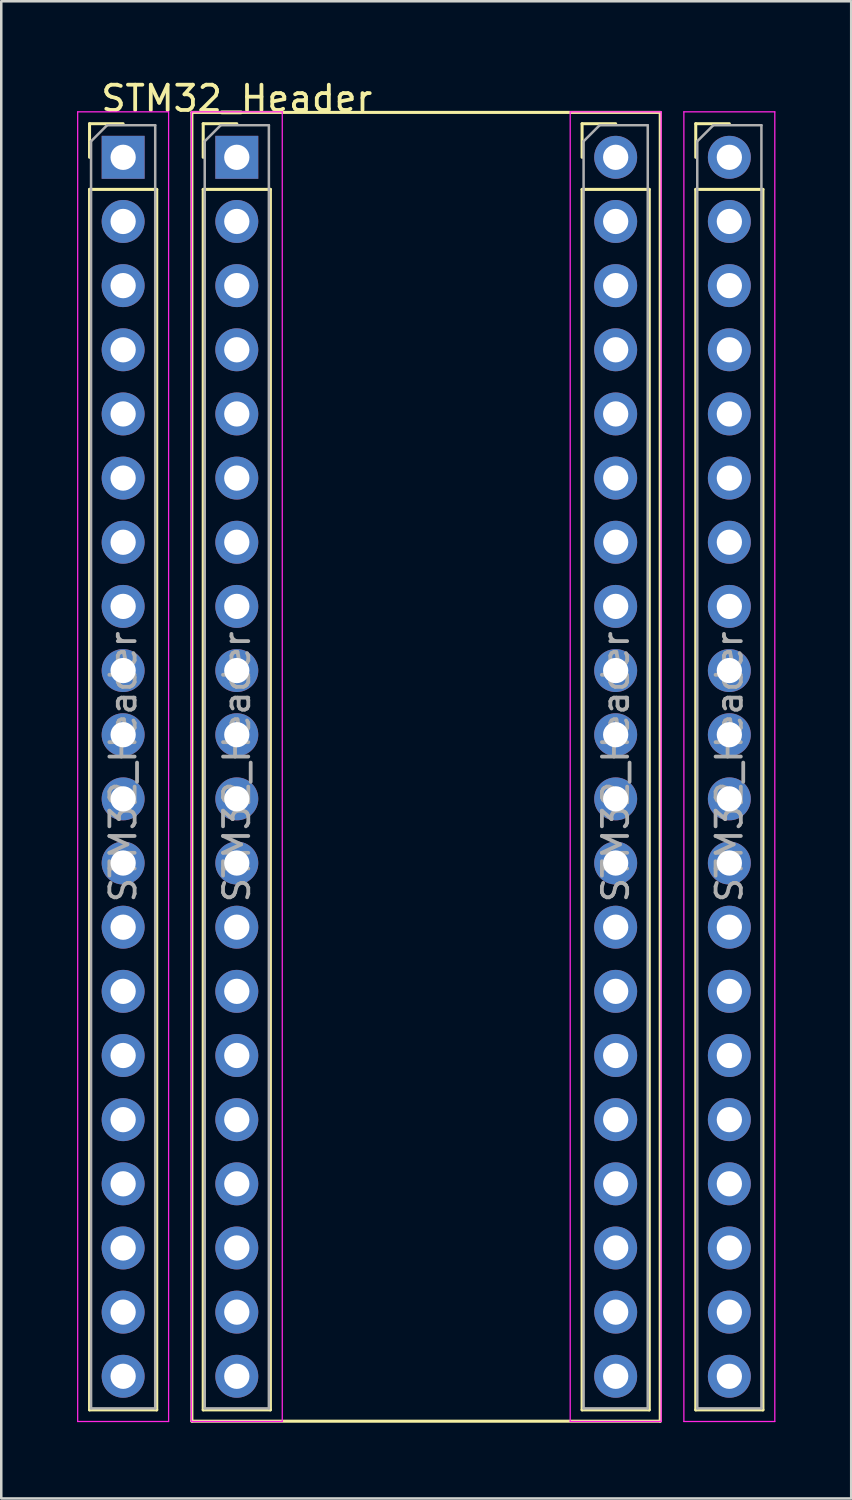
<source format=kicad_pcb>
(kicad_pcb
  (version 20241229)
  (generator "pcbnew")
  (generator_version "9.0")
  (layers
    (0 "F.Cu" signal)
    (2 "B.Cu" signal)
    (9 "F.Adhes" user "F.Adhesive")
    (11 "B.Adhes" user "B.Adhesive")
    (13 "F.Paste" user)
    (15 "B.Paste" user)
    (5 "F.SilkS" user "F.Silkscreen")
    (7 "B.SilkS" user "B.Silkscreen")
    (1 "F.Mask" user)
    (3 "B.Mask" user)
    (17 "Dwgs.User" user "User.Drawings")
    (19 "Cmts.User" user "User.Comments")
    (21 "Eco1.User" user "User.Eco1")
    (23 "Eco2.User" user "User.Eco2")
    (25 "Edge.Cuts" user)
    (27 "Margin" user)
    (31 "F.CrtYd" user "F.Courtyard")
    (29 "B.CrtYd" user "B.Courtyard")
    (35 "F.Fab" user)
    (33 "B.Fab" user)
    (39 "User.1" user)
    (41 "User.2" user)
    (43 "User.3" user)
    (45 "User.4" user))
  (footprint "STM32_Header"
    (layer "F.Cu")
    (at 6.325 3.178)
    (property "Reference" "STM32_Header" (at 0 -2.33 0) (layer "F.SilkS") (effects (font (size 1 1) (thickness 0.15))))
    (attr through_hole)
    (fp_line (start -5.83 -1.33) (end -4.5 -1.33) (stroke (width 0.12) (type solid)) (layer "F.SilkS"))
    (fp_line (start -5.83 0) (end -5.83 -1.33) (stroke (width 0.12) (type solid)) (layer "F.SilkS"))
    (fp_line (start -5.83 1.27) (end -5.83 49.59) (stroke (width 0.12) (type solid)) (layer "F.SilkS"))
    (fp_line (start -5.83 1.27) (end -3.17 1.27) (stroke (width 0.12) (type solid)) (layer "F.SilkS"))
    (fp_line (start -5.83 49.59) (end -3.17 49.59) (stroke (width 0.12) (type solid)) (layer "F.SilkS"))
    (fp_line (start -3.17 1.27) (end -3.17 49.59) (stroke (width 0.12) (type solid)) (layer "F.SilkS"))
    (fp_line (start -1.778 -1.778) (end 16.764 -1.778) (stroke (width 0.12) (type solid)) (layer "F.SilkS"))
    (fp_line (start -1.778 50.038) (end -1.778 -1.778) (stroke (width 0.12) (type solid)) (layer "F.SilkS"))
    (fp_line (start -1.33 -1.33) (end 0 -1.33) (stroke (width 0.12) (type solid)) (layer "F.SilkS"))
    (fp_line (start -1.33 0) (end -1.33 -1.33) (stroke (width 0.12) (type solid)) (layer "F.SilkS"))
    (fp_line (start -1.33 1.27) (end -1.33 49.59) (stroke (width 0.12) (type solid)) (layer "F.SilkS"))
    (fp_line (start -1.33 1.27) (end 1.33 1.27) (stroke (width 0.12) (type solid)) (layer "F.SilkS"))
    (fp_line (start -1.33 49.59) (end 1.33 49.59) (stroke (width 0.12) (type solid)) (layer "F.SilkS"))
    (fp_line (start 1.33 1.27) (end 1.33 49.59) (stroke (width 0.12) (type solid)) (layer "F.SilkS"))
    (fp_line (start 13.67 -1.33) (end 15 -1.33) (stroke (width 0.12) (type solid)) (layer "F.SilkS"))
    (fp_line (start 13.67 0) (end 13.67 -1.33) (stroke (width 0.12) (type solid)) (layer "F.SilkS"))
    (fp_line (start 13.67 1.27) (end 13.67 49.59) (stroke (width 0.12) (type solid)) (layer "F.SilkS"))
    (fp_line (start 13.67 1.27) (end 16.33 1.27) (stroke (width 0.12) (type solid)) (layer "F.SilkS"))
    (fp_line (start 13.67 49.59) (end 16.33 49.59) (stroke (width 0.12) (type solid)) (layer "F.SilkS"))
    (fp_line (start 16.33 1.27) (end 16.33 49.59) (stroke (width 0.12) (type solid)) (layer "F.SilkS"))
    (fp_line (start 16.764 -1.778) (end 16.764 50.038) (stroke (width 0.12) (type solid)) (layer "F.SilkS"))
    (fp_line (start 16.764 50.038) (end -1.778 50.038) (stroke (width 0.12) (type solid)) (layer "F.SilkS"))
    (fp_line (start 18.17 -1.33) (end 19.5 -1.33) (stroke (width 0.12) (type solid)) (layer "F.SilkS"))
    (fp_line (start 18.17 0) (end 18.17 -1.33) (stroke (width 0.12) (type solid)) (layer "F.SilkS"))
    (fp_line (start 18.17 1.27) (end 18.17 49.59) (stroke (width 0.12) (type solid)) (layer "F.SilkS"))
    (fp_line (start 18.17 1.27) (end 20.83 1.27) (stroke (width 0.12) (type solid)) (layer "F.SilkS"))
    (fp_line (start 18.17 49.59) (end 20.83 49.59) (stroke (width 0.12) (type solid)) (layer "F.SilkS"))
    (fp_line (start 20.83 1.27) (end 20.83 49.59) (stroke (width 0.12) (type solid)) (layer "F.SilkS"))
    (fp_line (start -6.3 -1.8) (end -6.3 50.05) (stroke (width 0.05) (type solid)) (layer "F.CrtYd"))
    (fp_line (start -6.3 50.05) (end -2.7 50.05) (stroke (width 0.05) (type solid)) (layer "F.CrtYd"))
    (fp_line (start -2.7 -1.8) (end -6.3 -1.8) (stroke (width 0.05) (type solid)) (layer "F.CrtYd"))
    (fp_line (start -2.7 50.05) (end -2.7 -1.8) (stroke (width 0.05) (type solid)) (layer "F.CrtYd"))
    (fp_line (start -1.8 -1.8) (end -1.8 50.05) (stroke (width 0.05) (type solid)) (layer "F.CrtYd"))
    (fp_line (start -1.8 50.05) (end 1.8 50.05) (stroke (width 0.05) (type solid)) (layer "F.CrtYd"))
    (fp_line (start 1.8 -1.8) (end -1.8 -1.8) (stroke (width 0.05) (type solid)) (layer "F.CrtYd"))
    (fp_line (start 1.8 50.05) (end 1.8 -1.8) (stroke (width 0.05) (type solid)) (layer "F.CrtYd"))
    (fp_line (start 13.2 -1.8) (end 13.2 50.05) (stroke (width 0.05) (type solid)) (layer "F.CrtYd"))
    (fp_line (start 13.2 50.05) (end 16.8 50.05) (stroke (width 0.05) (type solid)) (layer "F.CrtYd"))
    (fp_line (start 16.8 -1.8) (end 13.2 -1.8) (stroke (width 0.05) (type solid)) (layer "F.CrtYd"))
    (fp_line (start 16.8 50.05) (end 16.8 -1.8) (stroke (width 0.05) (type solid)) (layer "F.CrtYd"))
    (fp_line (start 17.7 -1.8) (end 17.7 50.05) (stroke (width 0.05) (type solid)) (layer "F.CrtYd"))
    (fp_line (start 17.7 50.05) (end 21.3 50.05) (stroke (width 0.05) (type solid)) (layer "F.CrtYd"))
    (fp_line (start 21.3 -1.8) (end 17.7 -1.8) (stroke (width 0.05) (type solid)) (layer "F.CrtYd"))
    (fp_line (start 21.3 50.05) (end 21.3 -1.8) (stroke (width 0.05) (type solid)) (layer "F.CrtYd"))
    (fp_line (start -5.77 -0.635) (end -5.135 -1.27) (stroke (width 0.1) (type solid)) (layer "F.Fab"))
    (fp_line (start -5.77 49.53) (end -5.77 -0.635) (stroke (width 0.1) (type solid)) (layer "F.Fab"))
    (fp_line (start -5.135 -1.27) (end -3.23 -1.27) (stroke (width 0.1) (type solid)) (layer "F.Fab"))
    (fp_line (start -3.23 -1.27) (end -3.23 49.53) (stroke (width 0.1) (type solid)) (layer "F.Fab"))
    (fp_line (start -3.23 49.53) (end -5.77 49.53) (stroke (width 0.1) (type solid)) (layer "F.Fab"))
    (fp_line (start -1.27 -0.635) (end -0.635 -1.27) (stroke (width 0.1) (type solid)) (layer "F.Fab"))
    (fp_line (start -1.27 49.53) (end -1.27 -0.635) (stroke (width 0.1) (type solid)) (layer "F.Fab"))
    (fp_line (start -0.635 -1.27) (end 1.27 -1.27) (stroke (width 0.1) (type solid)) (layer "F.Fab"))
    (fp_line (start 1.27 -1.27) (end 1.27 49.53) (stroke (width 0.1) (type solid)) (layer "F.Fab"))
    (fp_line (start 1.27 49.53) (end -1.27 49.53) (stroke (width 0.1) (type solid)) (layer "F.Fab"))
    (fp_line (start 13.73 -0.635) (end 14.365 -1.27) (stroke (width 0.1) (type solid)) (layer "F.Fab"))
    (fp_line (start 13.73 49.53) (end 13.73 -0.635) (stroke (width 0.1) (type solid)) (layer "F.Fab"))
    (fp_line (start 14.365 -1.27) (end 16.27 -1.27) (stroke (width 0.1) (type solid)) (layer "F.Fab"))
    (fp_line (start 16.27 -1.27) (end 16.27 49.53) (stroke (width 0.1) (type solid)) (layer "F.Fab"))
    (fp_line (start 16.27 49.53) (end 13.73 49.53) (stroke (width 0.1) (type solid)) (layer "F.Fab"))
    (fp_line (start 18.23 -0.635) (end 18.865 -1.27) (stroke (width 0.1) (type solid)) (layer "F.Fab"))
    (fp_line (start 18.23 49.53) (end 18.23 -0.635) (stroke (width 0.1) (type solid)) (layer "F.Fab"))
    (fp_line (start 18.865 -1.27) (end 20.77 -1.27) (stroke (width 0.1) (type solid)) (layer "F.Fab"))
    (fp_line (start 20.77 -1.27) (end 20.77 49.53) (stroke (width 0.1) (type solid)) (layer "F.Fab"))
    (fp_line (start 20.77 49.53) (end 18.23 49.53) (stroke (width 0.1) (type solid)) (layer "F.Fab"))
    (fp_text user "${REFERENCE}" (at 15 24.13 90) (layer "F.Fab") (effects (font (size 1 1) (thickness 0.15))))
    (fp_text user "${REFERENCE}" (at 0 24.13 90) (layer "F.Fab") (effects (font (size 1 1) (thickness 0.15))))
    (fp_text user "${REFERENCE}" (at 19.5 24.13 90) (layer "F.Fab") (effects (font (size 1 1) (thickness 0.15))))
    (fp_text user "${REFERENCE}" (at -4.5 24.13 90) (layer "F.Fab") (effects (font (size 1 1) (thickness 0.15))))
    (pad "1" thru_hole rect (at -4.5 0) (size 1.7 1.7) (drill 1) (layers "*.Cu" "*.Mask"))
    (pad "1" thru_hole rect (at 0 0) (size 1.7 1.7) (drill 1) (layers "*.Cu" "*.Mask"))
    (pad "2" thru_hole oval (at -4.5 2.54) (size 1.7 1.7) (drill 1) (layers "*.Cu" "*.Mask"))
    (pad "2" thru_hole oval (at 0 2.54) (size 1.7 1.7) (drill 1) (layers "*.Cu" "*.Mask"))
    (pad "3" thru_hole oval (at -4.5 5.08) (size 1.7 1.7) (drill 1) (layers "*.Cu" "*.Mask"))
    (pad "3" thru_hole oval (at 0 5.08) (size 1.7 1.7) (drill 1) (layers "*.Cu" "*.Mask"))
    (pad "4" thru_hole oval (at -4.5 7.62) (size 1.7 1.7) (drill 1) (layers "*.Cu" "*.Mask"))
    (pad "4" thru_hole oval (at 0 7.62) (size 1.7 1.7) (drill 1) (layers "*.Cu" "*.Mask"))
    (pad "5" thru_hole oval (at -4.5 10.16) (size 1.7 1.7) (drill 1) (layers "*.Cu" "*.Mask"))
    (pad "5" thru_hole oval (at 0 10.16) (size 1.7 1.7) (drill 1) (layers "*.Cu" "*.Mask"))
    (pad "6" thru_hole oval (at -4.5 12.7) (size 1.7 1.7) (drill 1) (layers "*.Cu" "*.Mask"))
    (pad "6" thru_hole oval (at 0 12.7) (size 1.7 1.7) (drill 1) (layers "*.Cu" "*.Mask"))
    (pad "7" thru_hole oval (at -4.5 15.24) (size 1.7 1.7) (drill 1) (layers "*.Cu" "*.Mask"))
    (pad "7" thru_hole oval (at 0 15.24) (size 1.7 1.7) (drill 1) (layers "*.Cu" "*.Mask"))
    (pad "8" thru_hole oval (at -4.5 17.78) (size 1.7 1.7) (drill 1) (layers "*.Cu" "*.Mask"))
    (pad "8" thru_hole oval (at 0 17.78) (size 1.7 1.7) (drill 1) (layers "*.Cu" "*.Mask"))
    (pad "9" thru_hole oval (at -4.5 20.32) (size 1.7 1.7) (drill 1) (layers "*.Cu" "*.Mask"))
    (pad "9" thru_hole oval (at 0 20.32) (size 1.7 1.7) (drill 1) (layers "*.Cu" "*.Mask"))
    (pad "10" thru_hole oval (at -4.5 22.86) (size 1.7 1.7) (drill 1) (layers "*.Cu" "*.Mask"))
    (pad "10" thru_hole oval (at 0 22.86) (size 1.7 1.7) (drill 1) (layers "*.Cu" "*.Mask"))
    (pad "11" thru_hole oval (at -4.5 25.4) (size 1.7 1.7) (drill 1) (layers "*.Cu" "*.Mask"))
    (pad "11" thru_hole oval (at 0 25.4) (size 1.7 1.7) (drill 1) (layers "*.Cu" "*.Mask"))
    (pad "12" thru_hole oval (at -4.5 27.94) (size 1.7 1.7) (drill 1) (layers "*.Cu" "*.Mask"))
    (pad "12" thru_hole oval (at 0 27.94) (size 1.7 1.7) (drill 1) (layers "*.Cu" "*.Mask"))
    (pad "13" thru_hole oval (at -4.5 30.48) (size 1.7 1.7) (drill 1) (layers "*.Cu" "*.Mask"))
    (pad "13" thru_hole oval (at 0 30.48) (size 1.7 1.7) (drill 1) (layers "*.Cu" "*.Mask"))
    (pad "14" thru_hole oval (at -4.5 33.02) (size 1.7 1.7) (drill 1) (layers "*.Cu" "*.Mask"))
    (pad "14" thru_hole oval (at 0 33.02) (size 1.7 1.7) (drill 1) (layers "*.Cu" "*.Mask"))
    (pad "15" thru_hole oval (at -4.5 35.56) (size 1.7 1.7) (drill 1) (layers "*.Cu" "*.Mask"))
    (pad "15" thru_hole oval (at 0 35.56) (size 1.7 1.7) (drill 1) (layers "*.Cu" "*.Mask"))
    (pad "16" thru_hole oval (at -4.5 38.1) (size 1.7 1.7) (drill 1) (layers "*.Cu" "*.Mask"))
    (pad "16" thru_hole oval (at 0 38.1) (size 1.7 1.7) (drill 1) (layers "*.Cu" "*.Mask"))
    (pad "17" thru_hole oval (at -4.5 40.64) (size 1.7 1.7) (drill 1) (layers "*.Cu" "*.Mask"))
    (pad "17" thru_hole oval (at 0 40.64) (size 1.7 1.7) (drill 1) (layers "*.Cu" "*.Mask"))
    (pad "18" thru_hole oval (at -4.5 43.18) (size 1.7 1.7) (drill 1) (layers "*.Cu" "*.Mask"))
    (pad "18" thru_hole oval (at 0 43.18) (size 1.7 1.7) (drill 1) (layers "*.Cu" "*.Mask"))
    (pad "19" thru_hole oval (at -4.5 45.72) (size 1.7 1.7) (drill 1) (layers "*.Cu" "*.Mask"))
    (pad "19" thru_hole oval (at 0 45.72) (size 1.7 1.7) (drill 1) (layers "*.Cu" "*.Mask"))
    (pad "20" thru_hole oval (at -4.5 48.26) (size 1.7 1.7) (drill 1) (layers "*.Cu" "*.Mask"))
    (pad "20" thru_hole oval (at 0 48.26) (size 1.7 1.7) (drill 1) (layers "*.Cu" "*.Mask"))
    (pad "21" thru_hole oval (at 15 48.26) (size 1.7 1.7) (drill 1) (layers "*.Cu" "*.Mask"))
    (pad "21" thru_hole oval (at 19.5 48.26) (size 1.7 1.7) (drill 1) (layers "*.Cu" "*.Mask"))
    (pad "22" thru_hole oval (at 15 45.72) (size 1.7 1.7) (drill 1) (layers "*.Cu" "*.Mask"))
    (pad "22" thru_hole oval (at 19.5 45.72) (size 1.7 1.7) (drill 1) (layers "*.Cu" "*.Mask"))
    (pad "23" thru_hole oval (at 15 43.18) (size 1.7 1.7) (drill 1) (layers "*.Cu" "*.Mask"))
    (pad "23" thru_hole oval (at 19.5 43.18) (size 1.7 1.7) (drill 1) (layers "*.Cu" "*.Mask"))
    (pad "24" thru_hole oval (at 15 40.64) (size 1.7 1.7) (drill 1) (layers "*.Cu" "*.Mask"))
    (pad "24" thru_hole oval (at 19.5 40.64) (size 1.7 1.7) (drill 1) (layers "*.Cu" "*.Mask"))
    (pad "25" thru_hole oval (at 15 38.1) (size 1.7 1.7) (drill 1) (layers "*.Cu" "*.Mask"))
    (pad "25" thru_hole oval (at 19.5 38.1) (size 1.7 1.7) (drill 1) (layers "*.Cu" "*.Mask"))
    (pad "26" thru_hole oval (at 15 35.56) (size 1.7 1.7) (drill 1) (layers "*.Cu" "*.Mask"))
    (pad "26" thru_hole oval (at 19.5 35.56) (size 1.7 1.7) (drill 1) (layers "*.Cu" "*.Mask"))
    (pad "27" thru_hole oval (at 15 33.02) (size 1.7 1.7) (drill 1) (layers "*.Cu" "*.Mask"))
    (pad "27" thru_hole oval (at 19.5 33.02) (size 1.7 1.7) (drill 1) (layers "*.Cu" "*.Mask"))
    (pad "28" thru_hole oval (at 15 30.48) (size 1.7 1.7) (drill 1) (layers "*.Cu" "*.Mask"))
    (pad "28" thru_hole oval (at 19.5 30.48) (size 1.7 1.7) (drill 1) (layers "*.Cu" "*.Mask"))
    (pad "29" thru_hole oval (at 15 27.94) (size 1.7 1.7) (drill 1) (layers "*.Cu" "*.Mask"))
    (pad "29" thru_hole oval (at 19.5 27.94) (size 1.7 1.7) (drill 1) (layers "*.Cu" "*.Mask"))
    (pad "30" thru_hole oval (at 15 25.4) (size 1.7 1.7) (drill 1) (layers "*.Cu" "*.Mask"))
    (pad "30" thru_hole oval (at 19.5 25.4) (size 1.7 1.7) (drill 1) (layers "*.Cu" "*.Mask"))
    (pad "31" thru_hole oval (at 15 22.86) (size 1.7 1.7) (drill 1) (layers "*.Cu" "*.Mask"))
    (pad "31" thru_hole oval (at 19.5 22.86) (size 1.7 1.7) (drill 1) (layers "*.Cu" "*.Mask"))
    (pad "32" thru_hole oval (at 15 20.32) (size 1.7 1.7) (drill 1) (layers "*.Cu" "*.Mask"))
    (pad "32" thru_hole oval (at 19.5 20.32) (size 1.7 1.7) (drill 1) (layers "*.Cu" "*.Mask"))
    (pad "33" thru_hole oval (at 15 17.78) (size 1.7 1.7) (drill 1) (layers "*.Cu" "*.Mask"))
    (pad "33" thru_hole oval (at 19.5 17.78) (size 1.7 1.7) (drill 1) (layers "*.Cu" "*.Mask"))
    (pad "34" thru_hole oval (at 15 15.24) (size 1.7 1.7) (drill 1) (layers "*.Cu" "*.Mask"))
    (pad "34" thru_hole oval (at 19.5 15.24) (size 1.7 1.7) (drill 1) (layers "*.Cu" "*.Mask"))
    (pad "35" thru_hole oval (at 15 12.7) (size 1.7 1.7) (drill 1) (layers "*.Cu" "*.Mask"))
    (pad "35" thru_hole oval (at 19.5 12.7) (size 1.7 1.7) (drill 1) (layers "*.Cu" "*.Mask"))
    (pad "36" thru_hole oval (at 15 10.16) (size 1.7 1.7) (drill 1) (layers "*.Cu" "*.Mask"))
    (pad "36" thru_hole oval (at 19.5 10.16) (size 1.7 1.7) (drill 1) (layers "*.Cu" "*.Mask"))
    (pad "37" thru_hole oval (at 15 7.62) (size 1.7 1.7) (drill 1) (layers "*.Cu" "*.Mask"))
    (pad "37" thru_hole oval (at 19.5 7.62) (size 1.7 1.7) (drill 1) (layers "*.Cu" "*.Mask"))
    (pad "38" thru_hole oval (at 15 5.08) (size 1.7 1.7) (drill 1) (layers "*.Cu" "*.Mask"))
    (pad "38" thru_hole oval (at 19.5 5.08) (size 1.7 1.7) (drill 1) (layers "*.Cu" "*.Mask"))
    (pad "39" thru_hole oval (at 15 2.54) (size 1.7 1.7) (drill 1) (layers "*.Cu" "*.Mask"))
    (pad "39" thru_hole oval (at 19.5 2.54) (size 1.7 1.7) (drill 1) (layers "*.Cu" "*.Mask"))
    (pad "40" thru_hole circle (at 15 0) (size 1.7 1.7) (drill 1) (layers "*.Cu" "*.Mask"))
    (pad "40" thru_hole circle (at 19.5 0) (size 1.7 1.7) (drill 1) (layers "*.Cu" "*.Mask")))
  (gr_rect
    (start -3 -3)
    (end 30.65 56.276)
    (stroke (width 0.1) (type default))
    (fill no)
    (layer "Edge.Cuts")))
</source>
